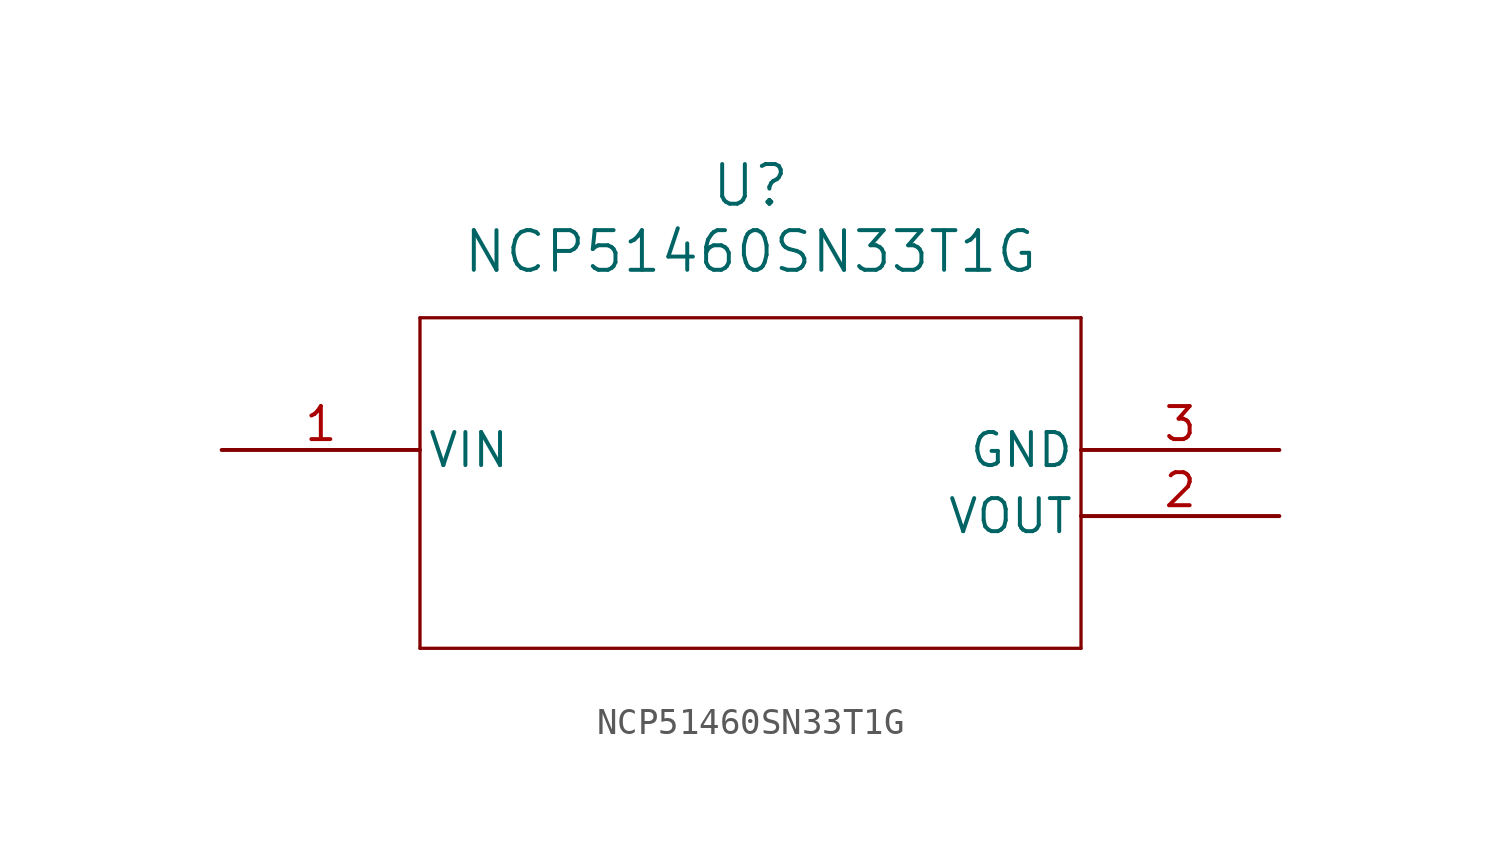
<source format=kicad_sym>
(kicad_symbol_lib
  (version 20211014)
  (generator kicad_symbol_editor)
  (symbol "NCP51460SN33T1G"
    (pin_names
      (offset 0.254))
    (property "Reference" "U"
      (at 20.32 10.16 0)
      (effects (font (size 1.524 1.524))))
    (property "Value" "NCP51460SN33T1G"
      (at 20.32 7.62 0)
      (effects (font (size 1.524 1.524))))
    (symbol "NCP51460SN33T1G_0_1"
      (polyline (pts (xy 7.62 5.08) (xy 7.62 -7.62)) (stroke (width 0.127) (type default) (color 0 0 0 0)) (fill (type none)))
      (polyline (pts (xy 7.62 -7.62) (xy 33.02 -7.62)) (stroke (width 0.127) (type default) (color 0 0 0 0)) (fill (type none)))
      (polyline (pts (xy 33.02 -7.62) (xy 33.02 5.08)) (stroke (width 0.127) (type default) (color 0 0 0 0)) (fill (type none)))
      (polyline (pts (xy 33.02 5.08) (xy 7.62 5.08)) (stroke (width 0.127) (type default) (color 0 0 0 0)) (fill (type none)))
      (pin input line (at 0 0 0) (length 7.62) (name "VIN" (effects (font (size 1.27 1.27)))) (number "1" (effects (font (size 1.27 1.27)))))
      (pin output line (at 40.64 -2.54 180) (length 7.62) (name "VOUT" (effects (font (size 1.27 1.27)))) (number "2" (effects (font (size 1.27 1.27)))))
      (pin power_in line (at 40.64 0 180) (length 7.62) (name "GND" (effects (font (size 1.27 1.27)))) (number "3" (effects (font (size 1.27 1.27))))))))
</source>
